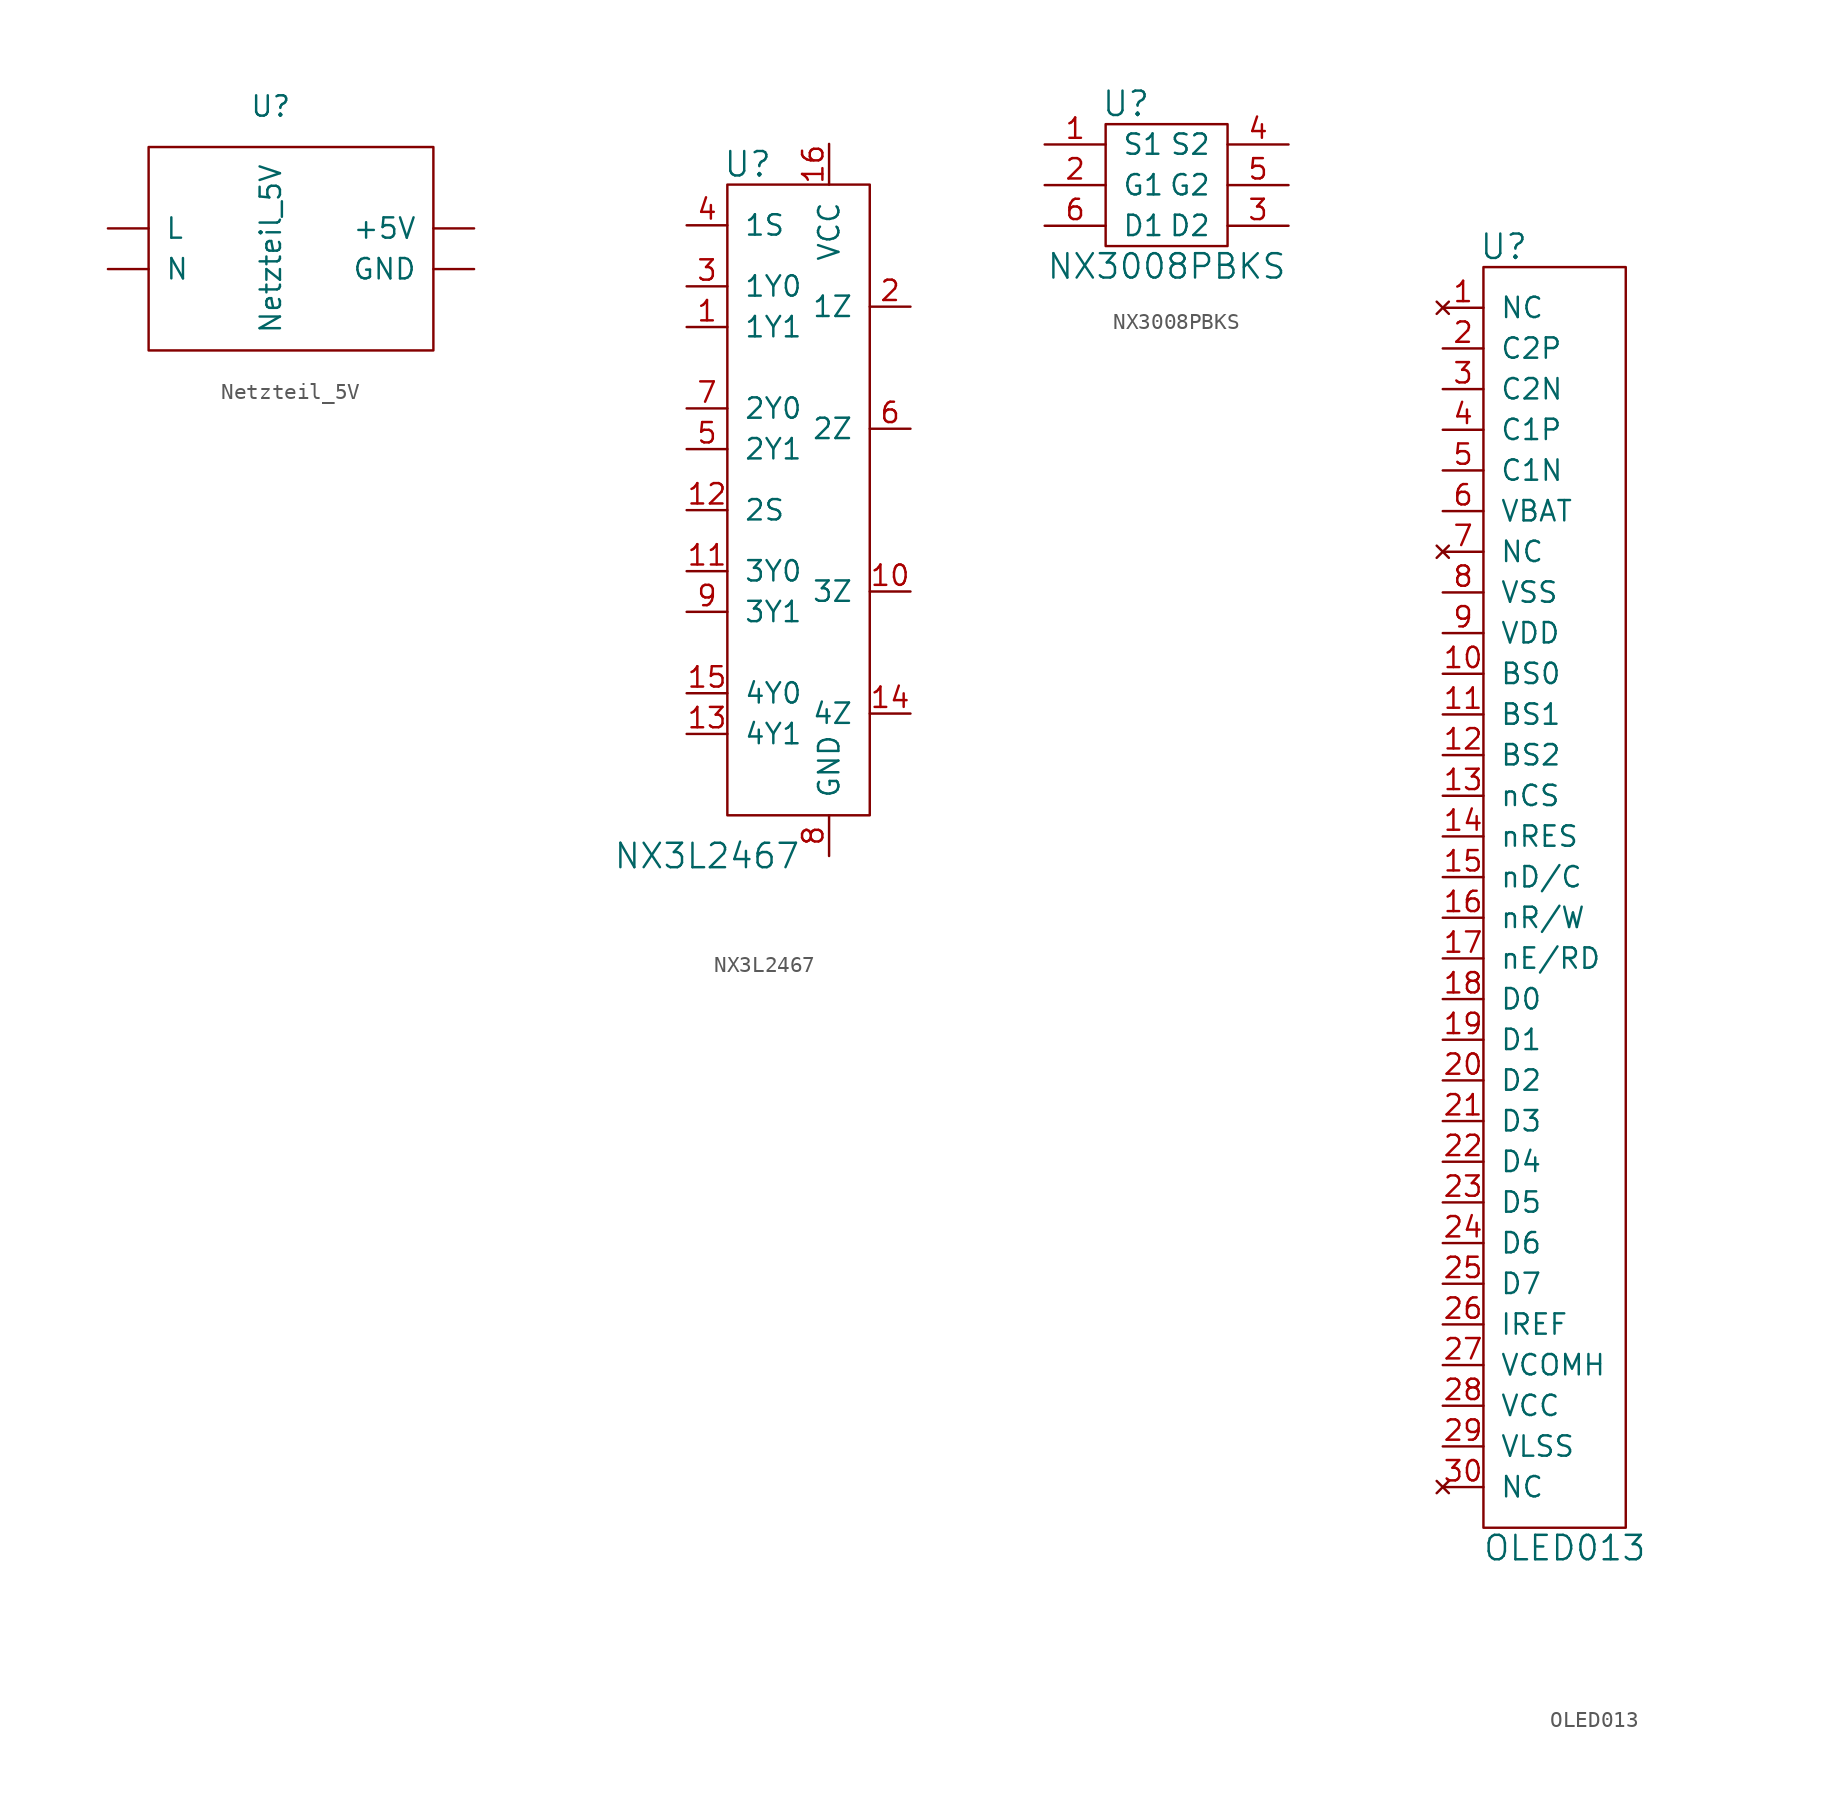
<source format=kicad_sym>
(kicad_symbol_lib
  (version 20210619)
  (generator kicad_symbol_editor)
  (symbol "tinkerforge:Netzteil_5V"
    (pin_names
      (offset 1.016))
    (property "Reference" "U"
      (at 0 3.81 0)
      (effects (font (size 1.27 1.27))))
    (property "Value" "Netzteil_5V"
      (at 0 -5.08 90)
      (effects (font (size 1.27 1.27))))
    (symbol "Netzteil_5V_0_1"
      (rectangle (start -7.62 1.27) (end 10.16 -11.43) (stroke (width 0)) (fill (type none))))
    (symbol "Netzteil_5V_1_1"
      (pin output line (at 12.7 -3.81 180) (length 2.54) (name "+5V" (effects (font (size 1.27 1.27)))) (number "~" (effects (font (size 1.27 1.27)))))
      (pin output line (at 12.7 -6.35 180) (length 2.54) (name "GND" (effects (font (size 1.27 1.27)))) (number "~" (effects (font (size 1.27 1.27)))))
      (pin output line (at -10.16 -3.81 0) (length 2.54) (name "L" (effects (font (size 1.27 1.27)))) (number "~" (effects (font (size 1.27 1.27)))))
      (pin output line (at -10.16 -6.35 0) (length 2.54) (name "N" (effects (font (size 1.27 1.27)))) (number "~" (effects (font (size 1.27 1.27)))))))
  (symbol "tinkerforge:NX3L2467"
    (pin_names
      (offset 1.016))
    (property "Reference" "U"
      (at -5.08 19.05 0)
      (effects (font (size 1.524 1.524))))
    (property "Value" "NX3L2467"
      (at -7.62 -24.13 0)
      (effects (font (size 1.524 1.524))))
    (property "Footprint" ""
      (at -5.08 -17.78 0)
      (effects (font (size 1.524 1.524))))
    (property "Datasheet" ""
      (at -5.08 -17.78 0)
      (effects (font (size 1.524 1.524))))
    (symbol "NX3L2467_0_1"
      (rectangle (start -6.35 17.78) (end 2.54 -21.59) (stroke (width 0)) (fill (type none))))
    (symbol "NX3L2467_1_1"
      (pin passive line (at -8.89 8.89 0) (length 2.54) (name "1Y1" (effects (font (size 1.27 1.27)))) (number "1" (effects (font (size 1.27 1.27)))))
      (pin passive line (at 5.08 -7.62 180) (length 2.54) (name "3Z" (effects (font (size 1.27 1.27)))) (number "10" (effects (font (size 1.27 1.27)))))
      (pin passive line (at -8.89 -6.35 0) (length 2.54) (name "3Y0" (effects (font (size 1.27 1.27)))) (number "11" (effects (font (size 1.27 1.27)))))
      (pin passive line (at -8.89 -2.54 0) (length 2.54) (name "2S" (effects (font (size 1.27 1.27)))) (number "12" (effects (font (size 1.27 1.27)))))
      (pin passive line (at -8.89 -16.51 0) (length 2.54) (name "4Y1" (effects (font (size 1.27 1.27)))) (number "13" (effects (font (size 1.27 1.27)))))
      (pin passive line (at 5.08 -15.24 180) (length 2.54) (name "4Z" (effects (font (size 1.27 1.27)))) (number "14" (effects (font (size 1.27 1.27)))))
      (pin passive line (at -8.89 -13.97 0) (length 2.54) (name "4Y0" (effects (font (size 1.27 1.27)))) (number "15" (effects (font (size 1.27 1.27)))))
      (pin passive line (at 0 20.32 270) (length 2.54) (name "VCC" (effects (font (size 1.27 1.27)))) (number "16" (effects (font (size 1.27 1.27)))))
      (pin passive line (at 5.08 10.16 180) (length 2.54) (name "1Z" (effects (font (size 1.27 1.27)))) (number "2" (effects (font (size 1.27 1.27)))))
      (pin passive line (at -8.89 11.43 0) (length 2.54) (name "1Y0" (effects (font (size 1.27 1.27)))) (number "3" (effects (font (size 1.27 1.27)))))
      (pin passive line (at -8.89 15.24 0) (length 2.54) (name "1S" (effects (font (size 1.27 1.27)))) (number "4" (effects (font (size 1.27 1.27)))))
      (pin passive line (at -8.89 1.27 0) (length 2.54) (name "2Y1" (effects (font (size 1.27 1.27)))) (number "5" (effects (font (size 1.27 1.27)))))
      (pin passive line (at 5.08 2.54 180) (length 2.54) (name "2Z" (effects (font (size 1.27 1.27)))) (number "6" (effects (font (size 1.27 1.27)))))
      (pin passive line (at -8.89 3.81 0) (length 2.54) (name "2Y0" (effects (font (size 1.27 1.27)))) (number "7" (effects (font (size 1.27 1.27)))))
      (pin passive line (at 0 -24.13 90) (length 2.54) (name "GND" (effects (font (size 1.27 1.27)))) (number "8" (effects (font (size 1.27 1.27)))))
      (pin passive line (at -8.89 -8.89 0) (length 2.54) (name "3Y1" (effects (font (size 1.27 1.27)))) (number "9" (effects (font (size 1.27 1.27)))))))
  (symbol "tinkerforge:NX3008PBKS"
    (pin_names
      (offset 1.016))
    (property "Reference" "U"
      (at -2.54 5.08 0)
      (effects (font (size 1.524 1.524))))
    (property "Value" "NX3008PBKS"
      (at 0 -5.08 0)
      (effects (font (size 1.524 1.524))))
    (property "Footprint" ""
      (at 8.89 -3.81 0)
      (effects (font (size 1.524 1.524))))
    (property "Datasheet" ""
      (at 8.89 -3.81 0)
      (effects (font (size 1.524 1.524))))
    (symbol "NX3008PBKS_0_1"
      (rectangle (start -3.81 3.81) (end 3.81 -3.81) (stroke (width 0)) (fill (type none))))
    (symbol "NX3008PBKS_1_1"
      (pin passive line (at -7.62 2.54 0) (length 3.81) (name "S1" (effects (font (size 1.27 1.27)))) (number "1" (effects (font (size 1.27 1.27)))))
      (pin passive line (at -7.62 0 0) (length 3.81) (name "G1" (effects (font (size 1.27 1.27)))) (number "2" (effects (font (size 1.27 1.27)))))
      (pin passive line (at 7.62 -2.54 180) (length 3.81) (name "D2" (effects (font (size 1.27 1.27)))) (number "3" (effects (font (size 1.27 1.27)))))
      (pin passive line (at 7.62 2.54 180) (length 3.81) (name "S2" (effects (font (size 1.27 1.27)))) (number "4" (effects (font (size 1.27 1.27)))))
      (pin passive line (at 7.62 0 180) (length 3.81) (name "G2" (effects (font (size 1.27 1.27)))) (number "5" (effects (font (size 1.27 1.27)))))
      (pin passive line (at -7.62 -2.54 0) (length 3.81) (name "D1" (effects (font (size 1.27 1.27)))) (number "6" (effects (font (size 1.27 1.27)))))))
  (symbol "tinkerforge:OLED013"
    (pin_names
      (offset 1.016))
    (property "Reference" "U"
      (at -3.81 40.64 0)
      (effects (font (size 1.524 1.524))))
    (property "Value" "OLED013"
      (at 0 -40.64 0)
      (effects (font (size 1.524 1.524))))
    (property "Footprint" ""
      (at 11.43 43.18 0)
      (effects (font (size 1.524 1.524))))
    (property "Datasheet" ""
      (at 11.43 43.18 0)
      (effects (font (size 1.524 1.524))))
    (symbol "OLED013_0_1"
      (rectangle (start -5.08 39.37) (end 3.81 -39.37) (stroke (width 0)) (fill (type none))))
    (symbol "OLED013_1_1"
      (pin no_connect line (at -7.62 36.83 0) (length 2.54) (name "NC" (effects (font (size 1.27 1.27)))) (number "1" (effects (font (size 1.27 1.27)))))
      (pin passive line (at -7.62 13.97 0) (length 2.54) (name "BS0" (effects (font (size 1.27 1.27)))) (number "10" (effects (font (size 1.27 1.27)))))
      (pin passive line (at -7.62 11.43 0) (length 2.54) (name "BS1" (effects (font (size 1.27 1.27)))) (number "11" (effects (font (size 1.27 1.27)))))
      (pin passive line (at -7.62 8.89 0) (length 2.54) (name "BS2" (effects (font (size 1.27 1.27)))) (number "12" (effects (font (size 1.27 1.27)))))
      (pin passive line (at -7.62 6.35 0) (length 2.54) (name "nCS" (effects (font (size 1.27 1.27)))) (number "13" (effects (font (size 1.27 1.27)))))
      (pin passive line (at -7.62 3.81 0) (length 2.54) (name "nRES" (effects (font (size 1.27 1.27)))) (number "14" (effects (font (size 1.27 1.27)))))
      (pin passive line (at -7.62 1.27 0) (length 2.54) (name "nD/C" (effects (font (size 1.27 1.27)))) (number "15" (effects (font (size 1.27 1.27)))))
      (pin passive line (at -7.62 -1.27 0) (length 2.54) (name "nR/W" (effects (font (size 1.27 1.27)))) (number "16" (effects (font (size 1.27 1.27)))))
      (pin passive line (at -7.62 -3.81 0) (length 2.54) (name "nE/RD" (effects (font (size 1.27 1.27)))) (number "17" (effects (font (size 1.27 1.27)))))
      (pin passive line (at -7.62 -6.35 0) (length 2.54) (name "D0" (effects (font (size 1.27 1.27)))) (number "18" (effects (font (size 1.27 1.27)))))
      (pin passive line (at -7.62 -8.89 0) (length 2.54) (name "D1" (effects (font (size 1.27 1.27)))) (number "19" (effects (font (size 1.27 1.27)))))
      (pin passive line (at -7.62 34.29 0) (length 2.54) (name "C2P" (effects (font (size 1.27 1.27)))) (number "2" (effects (font (size 1.27 1.27)))))
      (pin passive line (at -7.62 -11.43 0) (length 2.54) (name "D2" (effects (font (size 1.27 1.27)))) (number "20" (effects (font (size 1.27 1.27)))))
      (pin passive line (at -7.62 -13.97 0) (length 2.54) (name "D3" (effects (font (size 1.27 1.27)))) (number "21" (effects (font (size 1.27 1.27)))))
      (pin passive line (at -7.62 -16.51 0) (length 2.54) (name "D4" (effects (font (size 1.27 1.27)))) (number "22" (effects (font (size 1.27 1.27)))))
      (pin passive line (at -7.62 -19.05 0) (length 2.54) (name "D5" (effects (font (size 1.27 1.27)))) (number "23" (effects (font (size 1.27 1.27)))))
      (pin passive line (at -7.62 -21.59 0) (length 2.54) (name "D6" (effects (font (size 1.27 1.27)))) (number "24" (effects (font (size 1.27 1.27)))))
      (pin passive line (at -7.62 -24.13 0) (length 2.54) (name "D7" (effects (font (size 1.27 1.27)))) (number "25" (effects (font (size 1.27 1.27)))))
      (pin passive line (at -7.62 -26.67 0) (length 2.54) (name "IREF" (effects (font (size 1.27 1.27)))) (number "26" (effects (font (size 1.27 1.27)))))
      (pin passive line (at -7.62 -29.21 0) (length 2.54) (name "VCOMH" (effects (font (size 1.27 1.27)))) (number "27" (effects (font (size 1.27 1.27)))))
      (pin passive line (at -7.62 -31.75 0) (length 2.54) (name "VCC" (effects (font (size 1.27 1.27)))) (number "28" (effects (font (size 1.27 1.27)))))
      (pin passive line (at -7.62 -34.29 0) (length 2.54) (name "VLSS" (effects (font (size 1.27 1.27)))) (number "29" (effects (font (size 1.27 1.27)))))
      (pin passive line (at -7.62 31.75 0) (length 2.54) (name "C2N" (effects (font (size 1.27 1.27)))) (number "3" (effects (font (size 1.27 1.27)))))
      (pin no_connect line (at -7.62 -36.83 0) (length 2.54) (name "NC" (effects (font (size 1.27 1.27)))) (number "30" (effects (font (size 1.27 1.27)))))
      (pin passive line (at -7.62 29.21 0) (length 2.54) (name "C1P" (effects (font (size 1.27 1.27)))) (number "4" (effects (font (size 1.27 1.27)))))
      (pin passive line (at -7.62 26.67 0) (length 2.54) (name "C1N" (effects (font (size 1.27 1.27)))) (number "5" (effects (font (size 1.27 1.27)))))
      (pin passive line (at -7.62 24.13 0) (length 2.54) (name "VBAT" (effects (font (size 1.27 1.27)))) (number "6" (effects (font (size 1.27 1.27)))))
      (pin no_connect line (at -7.62 21.59 0) (length 2.54) (name "NC" (effects (font (size 1.27 1.27)))) (number "7" (effects (font (size 1.27 1.27)))))
      (pin passive line (at -7.62 19.05 0) (length 2.54) (name "VSS" (effects (font (size 1.27 1.27)))) (number "8" (effects (font (size 1.27 1.27)))))
      (pin passive line (at -7.62 16.51 0) (length 2.54) (name "VDD" (effects (font (size 1.27 1.27)))) (number "9" (effects (font (size 1.27 1.27))))))))
</source>
